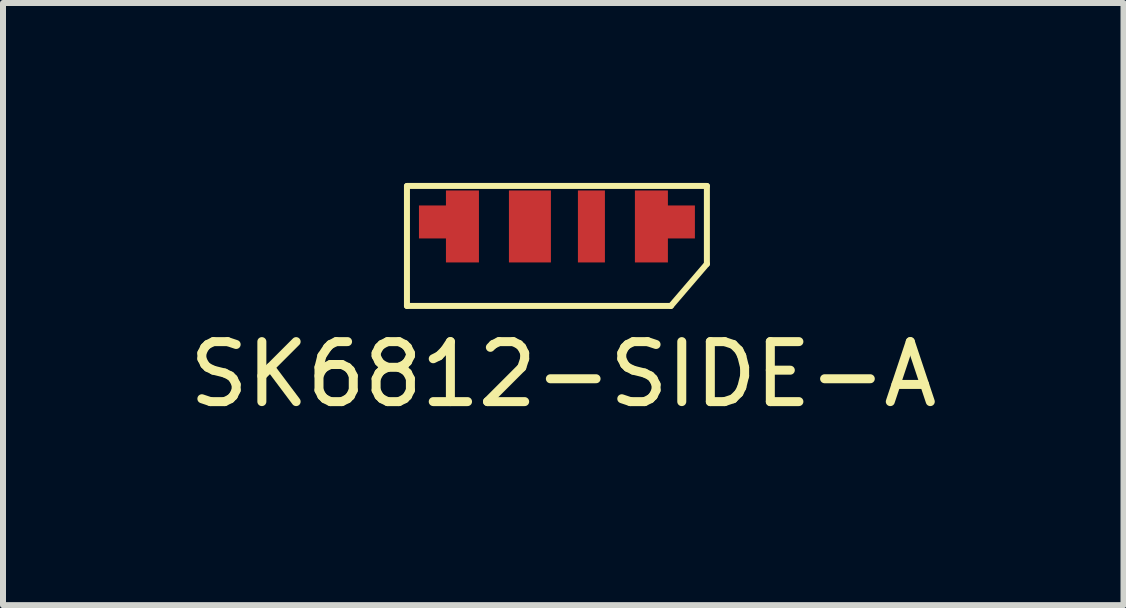
<source format=kicad_pcb>
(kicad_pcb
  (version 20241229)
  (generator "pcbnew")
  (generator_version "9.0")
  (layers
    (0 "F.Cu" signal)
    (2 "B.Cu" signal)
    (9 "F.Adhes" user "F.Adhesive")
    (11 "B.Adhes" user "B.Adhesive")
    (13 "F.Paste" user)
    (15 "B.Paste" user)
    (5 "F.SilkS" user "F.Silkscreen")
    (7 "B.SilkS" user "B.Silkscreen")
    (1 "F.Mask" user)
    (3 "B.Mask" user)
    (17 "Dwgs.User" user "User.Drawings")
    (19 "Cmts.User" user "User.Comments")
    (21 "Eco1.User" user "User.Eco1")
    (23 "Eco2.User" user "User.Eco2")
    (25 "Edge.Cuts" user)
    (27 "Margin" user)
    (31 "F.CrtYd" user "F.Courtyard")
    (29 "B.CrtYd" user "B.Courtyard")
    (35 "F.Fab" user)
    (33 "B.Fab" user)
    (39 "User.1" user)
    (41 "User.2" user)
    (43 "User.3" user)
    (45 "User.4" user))
  (footprint "SK6812-SIDE-A"
    (layer "F.Cu")
    (at 4.434 0.65)
    (property "Reference" "SK6812-SIDE-A" (at 1.905 2.54 0) (layer "F.SilkS") (effects (font (size 1 1) (thickness 0.15))))
    (attr smd)
    (fp_line (start -0.7 -0.6) (end 4.3 -0.6) (stroke (width 0.1) (type solid)) (layer "F.SilkS"))
    (fp_line (start -0.7 1.4) (end -0.7 -0.6) (stroke (width 0.1) (type solid)) (layer "F.SilkS"))
    (fp_line (start 3.7 1.4) (end -0.7 1.4) (stroke (width 0.1) (type solid)) (layer "F.SilkS"))
    (fp_line (start 4.3 -0.6) (end 4.3 0.7) (stroke (width 0.1) (type solid)) (layer "F.SilkS"))
    (fp_line (start 4.3 0.7) (end 3.7 1.4) (stroke (width 0.1) (type solid)) (layer "F.SilkS"))
    (pad "1" smd custom (at 0 0) (size 1 0.55) (layers "F.Cu" "F.Mask" "F.Paste") (options (anchor rect)) (primitives (gr_poly (pts (xy -0.05 -0.525) (xy 0.5 -0.525) (xy 0.5 0.675) (xy -0.05 0.675)) (width 0) (fill yes))))
    (pad "2" smd rect (at 1.35 0) (size 0.7 1.2) (drill (offset 0 0.075)) (layers "F.Cu" "F.Mask" "F.Paste"))
    (pad "3" smd rect (at 2.375 0) (size 0.45 1.2) (drill (offset 0 0.075)) (layers "F.Cu" "F.Mask" "F.Paste"))
    (pad "4" smd custom (at 3.6 0) (size 1 0.55) (layers "F.Cu" "F.Mask" "F.Paste") (options (anchor rect)) (primitives (gr_poly (pts (xy 0.05 -0.525) (xy -0.5 -0.525) (xy -0.5 0.675) (xy 0.05 0.675)) (width 0) (fill yes)))))
  (gr_rect
    (start -3 -3)
    (end 15.679 7.038)
    (stroke (width 0.1) (type default))
    (fill no)
    (layer "Edge.Cuts")))
</source>
